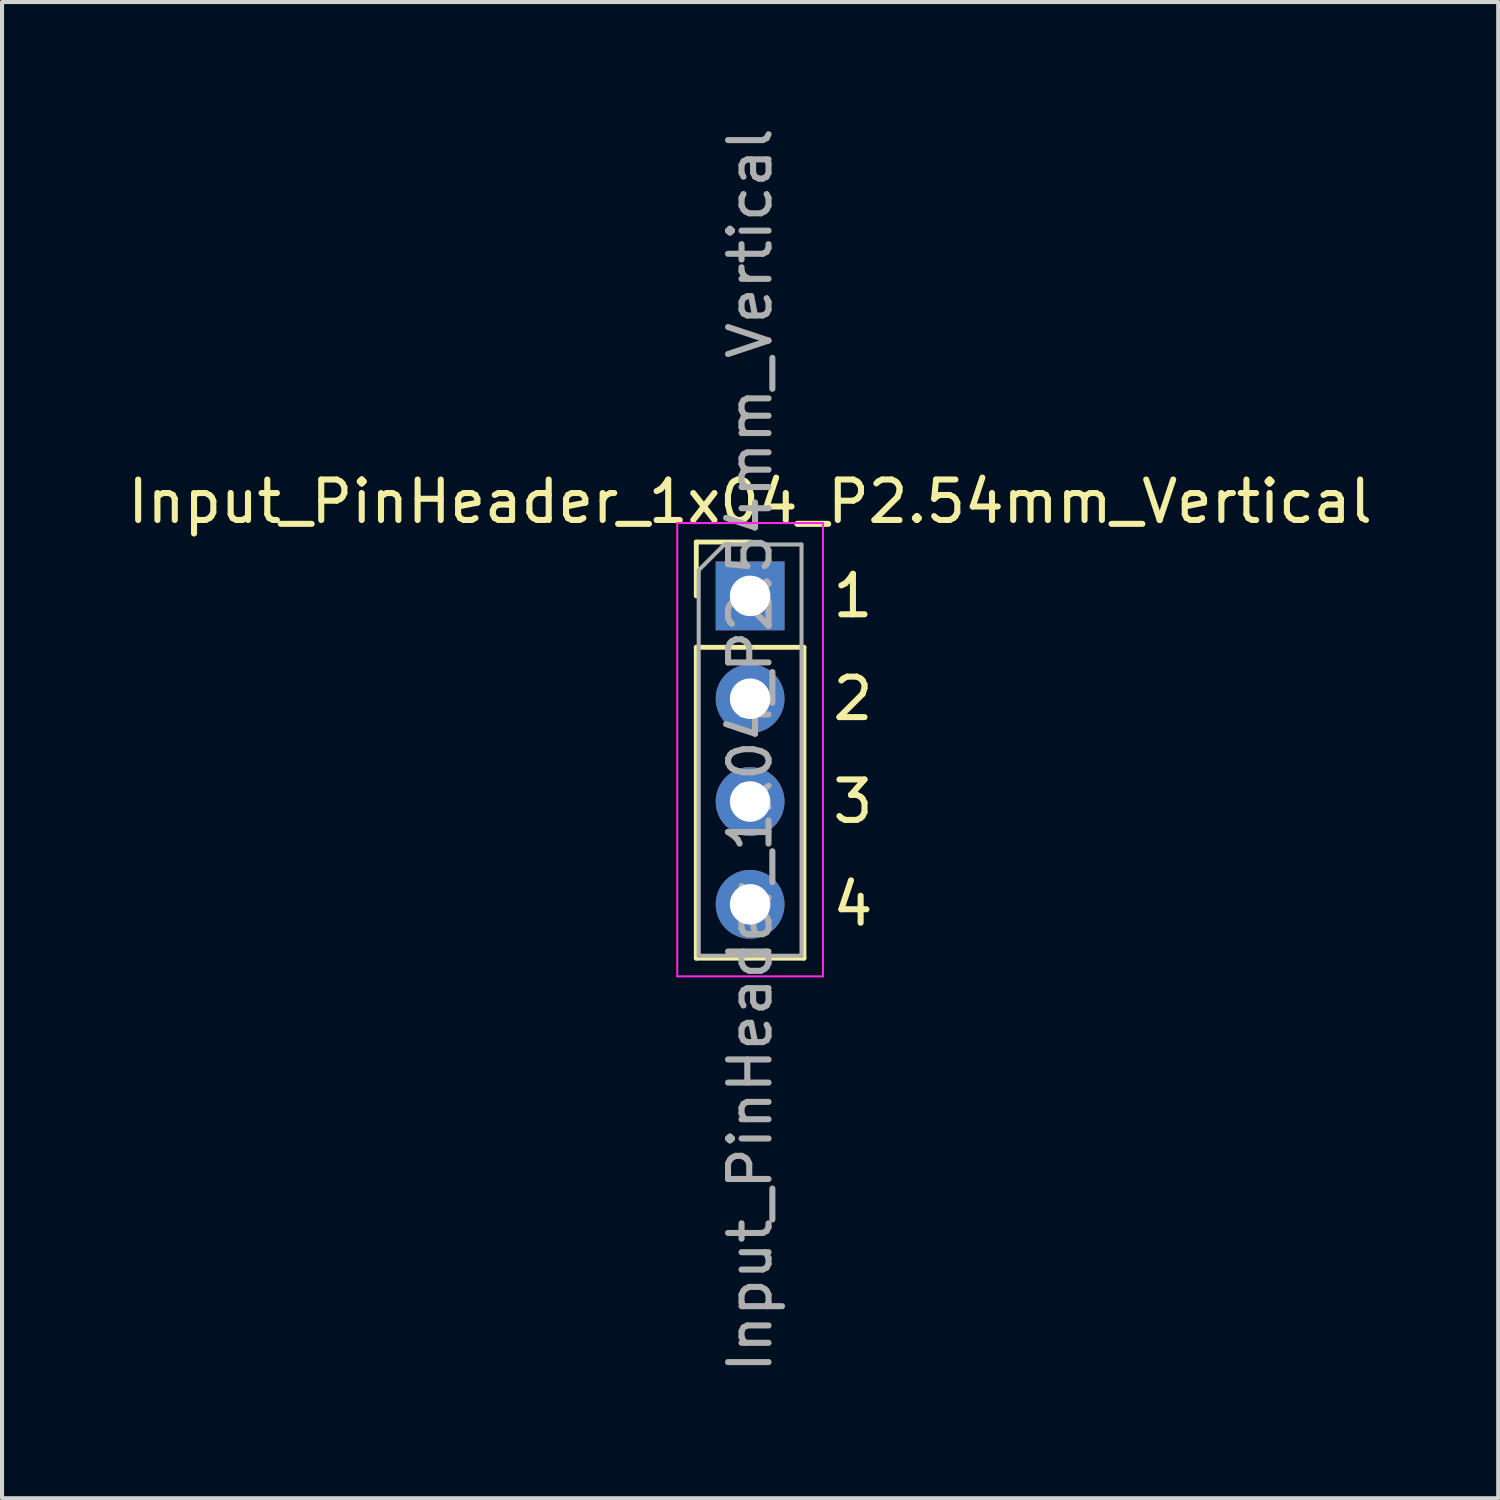
<source format=kicad_pcb>
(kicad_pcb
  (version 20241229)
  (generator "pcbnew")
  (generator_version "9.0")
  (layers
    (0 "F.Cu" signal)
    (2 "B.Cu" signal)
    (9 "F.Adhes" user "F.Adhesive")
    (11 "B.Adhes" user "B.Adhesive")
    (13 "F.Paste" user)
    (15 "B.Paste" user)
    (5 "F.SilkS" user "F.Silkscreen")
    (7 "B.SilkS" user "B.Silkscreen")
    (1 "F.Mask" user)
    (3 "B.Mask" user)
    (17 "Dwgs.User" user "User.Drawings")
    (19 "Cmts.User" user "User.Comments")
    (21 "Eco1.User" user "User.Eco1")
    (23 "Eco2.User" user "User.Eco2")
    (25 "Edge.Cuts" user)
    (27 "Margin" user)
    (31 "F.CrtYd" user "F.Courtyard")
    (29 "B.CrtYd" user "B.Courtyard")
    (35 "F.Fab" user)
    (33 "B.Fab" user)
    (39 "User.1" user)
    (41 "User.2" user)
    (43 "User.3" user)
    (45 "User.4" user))
  (footprint "Input_PinHeader_1x04_P2.54mm_Vertical"
    (layer "F.Cu")
    (at 15.482 11.672)
    (property "Reference" "Input_PinHeader_1x04_P2.54mm_Vertical" (at 0 -2.33 0) (layer "F.SilkS") (effects (font (size 1 1) (thickness 0.15))))
    (attr through_hole)
    (fp_line (start -1.33 -1.33) (end 0 -1.33) (stroke (width 0.12) (type solid)) (layer "F.SilkS"))
    (fp_line (start -1.33 0) (end -1.33 -1.33) (stroke (width 0.12) (type solid)) (layer "F.SilkS"))
    (fp_line (start -1.33 1.27) (end -1.33 8.95) (stroke (width 0.12) (type solid)) (layer "F.SilkS"))
    (fp_line (start -1.33 1.27) (end 1.33 1.27) (stroke (width 0.12) (type solid)) (layer "F.SilkS"))
    (fp_line (start -1.33 8.95) (end 1.33 8.95) (stroke (width 0.12) (type solid)) (layer "F.SilkS"))
    (fp_line (start 1.33 1.27) (end 1.33 8.95) (stroke (width 0.12) (type solid)) (layer "F.SilkS"))
    (fp_line (start -1.8 -1.8) (end -1.8 9.4) (stroke (width 0.05) (type solid)) (layer "F.CrtYd"))
    (fp_line (start -1.8 9.4) (end 1.8 9.4) (stroke (width 0.05) (type solid)) (layer "F.CrtYd"))
    (fp_line (start 1.8 -1.8) (end -1.8 -1.8) (stroke (width 0.05) (type solid)) (layer "F.CrtYd"))
    (fp_line (start 1.8 9.4) (end 1.8 -1.8) (stroke (width 0.05) (type solid)) (layer "F.CrtYd"))
    (fp_line (start -1.27 -0.635) (end -0.635 -1.27) (stroke (width 0.1) (type solid)) (layer "F.Fab"))
    (fp_line (start -1.27 8.89) (end -1.27 -0.635) (stroke (width 0.1) (type solid)) (layer "F.Fab"))
    (fp_line (start -0.635 -1.27) (end 1.27 -1.27) (stroke (width 0.1) (type solid)) (layer "F.Fab"))
    (fp_line (start 1.27 -1.27) (end 1.27 8.89) (stroke (width 0.1) (type solid)) (layer "F.Fab"))
    (fp_line (start 1.27 8.89) (end -1.27 8.89) (stroke (width 0.1) (type solid)) (layer "F.Fab"))
    (fp_text user "4" (at 2.54 7.62 0) (layer "F.SilkS") (effects (font (size 1 1) (thickness 0.15))))
    (fp_text user "2" (at 2.54 2.54 0) (layer "F.SilkS") (effects (font (size 1 1) (thickness 0.15))))
    (fp_text user "1" (at 2.54 0 0) (layer "F.SilkS") (effects (font (size 1 1) (thickness 0.15))))
    (fp_text user "3" (at 2.54 5.08 0) (layer "F.SilkS") (effects (font (size 1 1) (thickness 0.15))))
    (fp_text user "${REFERENCE}" (at 0 3.81 90) (layer "F.Fab") (effects (font (size 1 1) (thickness 0.15))))
    (pad "1" thru_hole rect (at 0 0) (size 1.7 1.7) (drill 1) (layers "*.Cu" "*.Mask"))
    (pad "2" thru_hole oval (at 0 2.54) (size 1.7 1.7) (drill 1) (layers "*.Cu" "*.Mask"))
    (pad "3" thru_hole oval (at 0 5.08) (size 1.7 1.7) (drill 1) (layers "*.Cu" "*.Mask"))
    (pad "4" thru_hole oval (at 0 7.62) (size 1.7 1.7) (drill 1) (layers "*.Cu" "*.Mask")))
  (gr_rect
    (start -3 -3)
    (end 33.964 33.964)
    (stroke (width 0.1) (type default))
    (fill no)
    (layer "Edge.Cuts")))
</source>
